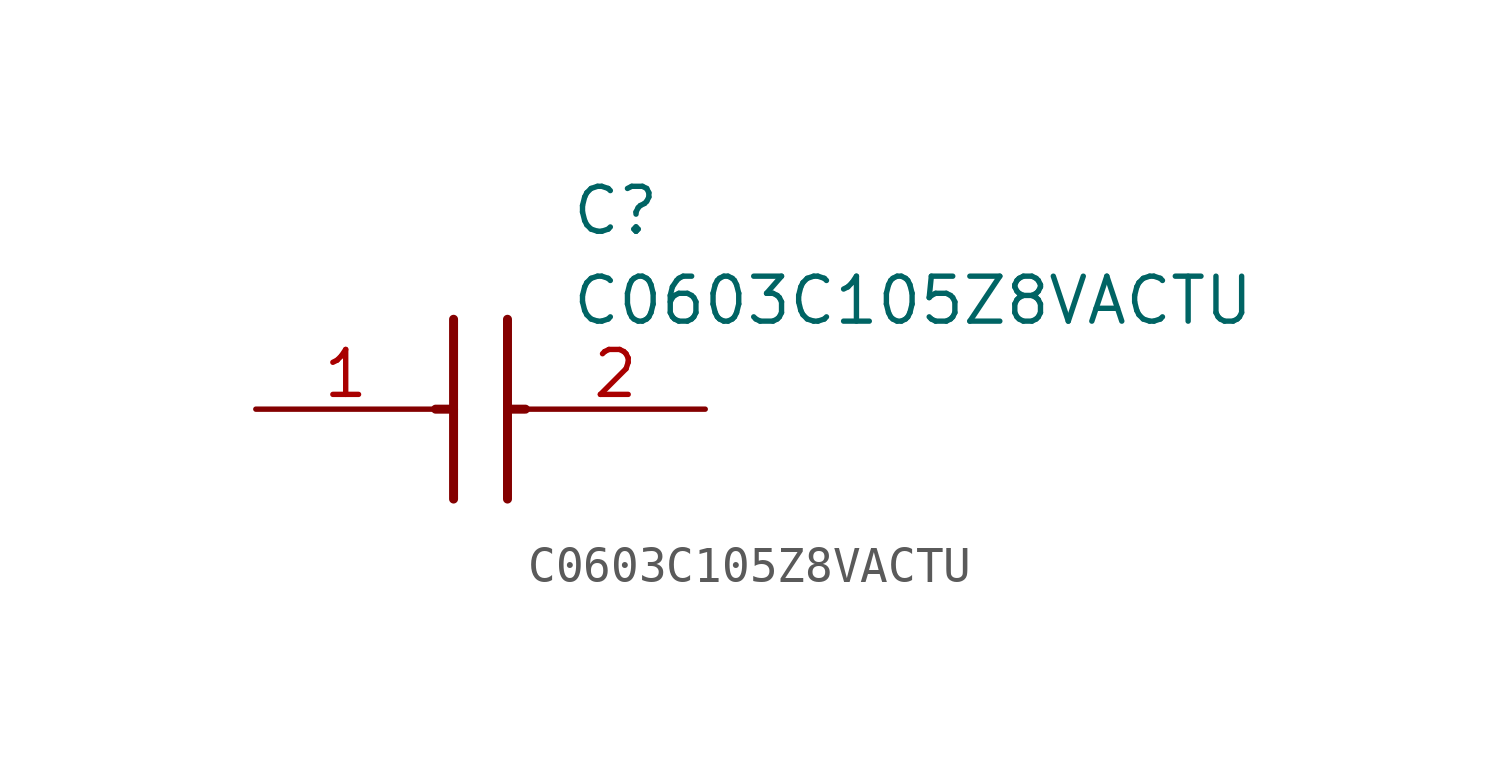
<source format=kicad_sym>
(kicad_symbol_lib
  (version 20211014)
  (generator SamacSys_ECAD_Model)
  (symbol "C0603C105Z8VACTU"
    (pin_names hide)
    (property "Reference" "C"
      (at 8.89 6.35 0)
      (effects (font (size 1.27 1.27)) (justify left top)))
    (property "Value" "C0603C105Z8VACTU"
      (at 8.89 3.81 0)
      (effects (font (size 1.27 1.27)) (justify left top)))
    (polyline
      (pts (xy 5.588 2.54) (xy 5.588 -2.54))
      (stroke (width 0.254) (type default))
      (fill (type none)))
    (polyline
      (pts (xy 7.112 2.54) (xy 7.112 -2.54))
      (stroke (width 0.254) (type default))
      (fill (type none)))
    (polyline
      (pts (xy 5.08 0) (xy 5.588 0))
      (stroke (width 0.254) (type default))
      (fill (type none)))
    (polyline
      (pts (xy 7.112 0) (xy 7.62 0))
      (stroke (width 0.254) (type default))
      (fill (type none)))
    (pin passive line
      (at 0 0 0)
      (length 5.08)
      (name "1" (effects (font (size 1.27 1.27))))
      (number "1" (effects (font (size 1.27 1.27)))))
    (pin passive line
      (at 12.7 0 180)
      (length 5.08)
      (name "2" (effects (font (size 1.27 1.27))))
      (number "2" (effects (font (size 1.27 1.27)))))))
</source>
